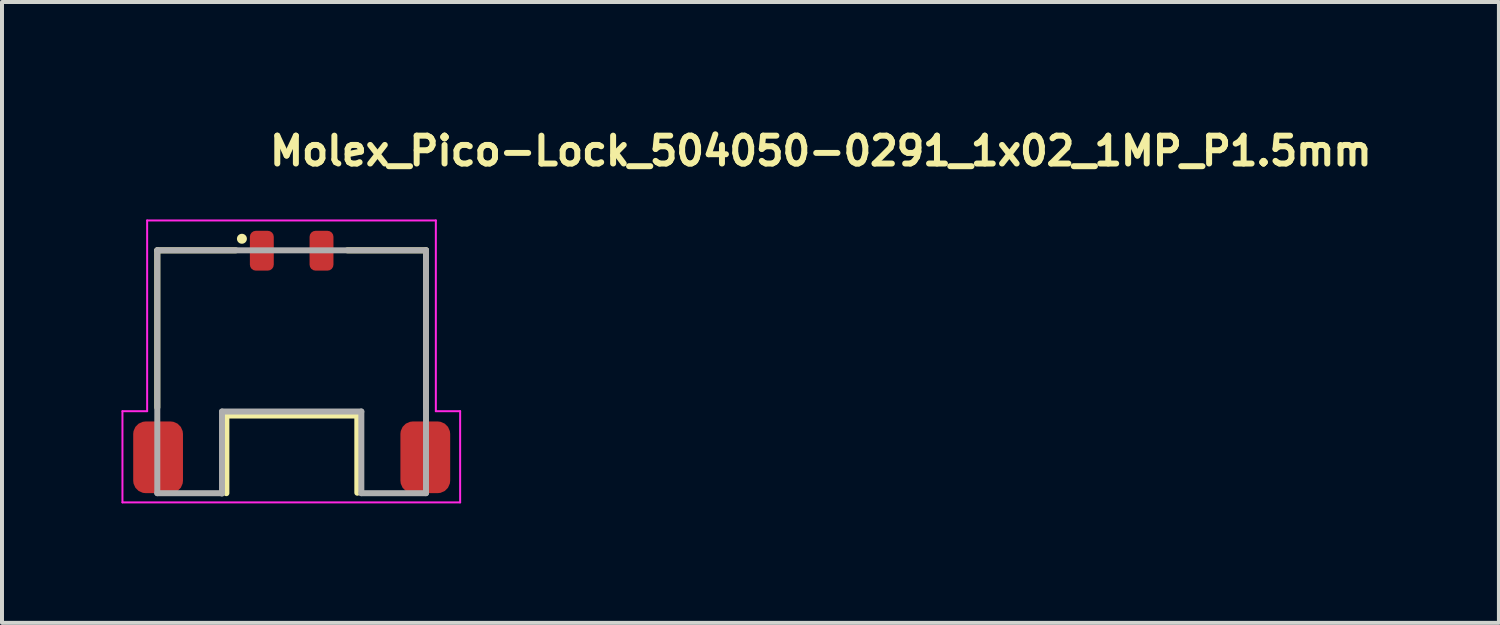
<source format=kicad_pcb>
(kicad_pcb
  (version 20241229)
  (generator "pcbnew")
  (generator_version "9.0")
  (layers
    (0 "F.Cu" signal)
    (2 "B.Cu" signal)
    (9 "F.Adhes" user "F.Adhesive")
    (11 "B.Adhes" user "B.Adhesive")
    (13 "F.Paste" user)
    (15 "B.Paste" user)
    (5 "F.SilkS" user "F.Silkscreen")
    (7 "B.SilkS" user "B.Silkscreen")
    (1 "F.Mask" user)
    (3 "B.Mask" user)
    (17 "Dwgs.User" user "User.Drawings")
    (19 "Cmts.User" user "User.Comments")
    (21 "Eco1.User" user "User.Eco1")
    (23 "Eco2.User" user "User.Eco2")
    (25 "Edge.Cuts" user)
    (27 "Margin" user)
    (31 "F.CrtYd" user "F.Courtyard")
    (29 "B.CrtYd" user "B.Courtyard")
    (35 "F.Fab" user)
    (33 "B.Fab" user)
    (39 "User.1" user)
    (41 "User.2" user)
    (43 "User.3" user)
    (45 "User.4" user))
  (footprint "Molex_Pico-Lock_504050-0291_1x02_1MP_P1.5mm"
    (layer "F.Cu")
    (at 3.525 3.246)
    (property "Reference" "Molex_Pico-Lock_504050-0291_1x02_1MP_P1.5mm" (at 0.123 -2.096 0) (layer "F.SilkS") (effects (font (size 0.7 0.7) (thickness 0.15)) (justify left bottom)))
    (attr smd)
    (fp_line (start -2.625 -0.01) (end -0.651 -0.01) (stroke (width 0.15) (type solid)) (layer "F.SilkS"))
    (fp_line (start -2.625 3.938) (end -2.625 -0.01) (stroke (width 0.15) (type solid)) (layer "F.SilkS"))
    (fp_line (start -0.89 6.089) (end -0.89 4.139) (stroke (width 0.15) (type solid)) (layer "F.SilkS"))
    (fp_line (start 2.148 -0.01) (end 4.123 -0.01) (stroke (width 0.15) (type solid)) (layer "F.SilkS"))
    (fp_line (start 2.398 4.139) (end -0.89 4.139) (stroke (width 0.15) (type solid)) (layer "F.SilkS"))
    (fp_line (start 2.398 4.139) (end 2.398 6.078) (stroke (width 0.15) (type solid)) (layer "F.SilkS"))
    (fp_line (start 4.123 -0.01) (end 4.123 3.938) (stroke (width 0.15) (type solid)) (layer "F.SilkS"))
    (fp_circle (center -0.5 -0.3) (end -0.45 -0.3) (stroke (width 0.15) (type solid)) (fill yes) (layer "F.SilkS"))
    (fp_line (start -3.5 4.03) (end -2.88 4.03) (stroke (width 0.05) (type solid)) (layer "F.CrtYd"))
    (fp_line (start -3.5 6.32) (end -3.5 4.03) (stroke (width 0.05) (type solid)) (layer "F.CrtYd"))
    (fp_line (start -2.88 -0.76) (end 4.37 -0.76) (stroke (width 0.05) (type solid)) (layer "F.CrtYd"))
    (fp_line (start -2.88 4.03) (end -2.88 -0.76) (stroke (width 0.05) (type solid)) (layer "F.CrtYd"))
    (fp_line (start 4.37 -0.76) (end 4.37 4.03) (stroke (width 0.05) (type solid)) (layer "F.CrtYd"))
    (fp_line (start 4.37 4.03) (end 4.98 4.03) (stroke (width 0.05) (type solid)) (layer "F.CrtYd"))
    (fp_line (start 4.98 4.03) (end 4.98 6.32) (stroke (width 0.05) (type solid)) (layer "F.CrtYd"))
    (fp_line (start 4.98 6.32) (end -3.5 6.32) (stroke (width 0.05) (type solid)) (layer "F.CrtYd"))
    (fp_line (start -2.625 -0.01) (end 4.123 -0.01) (stroke (width 0.15) (type solid)) (layer "F.Fab"))
    (fp_line (start -2.625 6.089) (end -2.625 -0.01) (stroke (width 0.15) (type solid)) (layer "F.Fab"))
    (fp_line (start -2.625 6.089) (end -1 6.089) (stroke (width 0.15) (type solid)) (layer "F.Fab"))
    (fp_line (start -1 6.099) (end -1 4.038) (stroke (width 0.15) (type solid)) (layer "F.Fab"))
    (fp_line (start 2.499 4.038) (end -1 4.038) (stroke (width 0.15) (type solid)) (layer "F.Fab"))
    (fp_line (start 2.499 4.038) (end 2.499 6.089) (stroke (width 0.15) (type solid)) (layer "F.Fab"))
    (fp_line (start 2.499 6.089) (end 4.123 6.089) (stroke (width 0.15) (type solid)) (layer "F.Fab"))
    (fp_line (start 4.123 -0.01) (end 4.123 6.089) (stroke (width 0.15) (type solid)) (layer "F.Fab"))
    (fp_rect (start -3.23 -0.51) (end 4.73 6.089) (stroke (width 0.1) (type solid)) (fill no) (layer "User.5"))
    (fp_line (start -3.23 4.288) (end -2.625 4.288) (stroke (width 0.02) (type solid)) (layer "User.9"))
    (fp_line (start -3.23 6.089) (end -3.23 4.288) (stroke (width 0.02) (type solid)) (layer "User.9"))
    (fp_line (start -3.025 4.53) (end -3.024 4.525) (stroke (width 0.02) (type solid)) (layer "User.9"))
    (fp_line (start -3.025 4.535) (end -3.025 4.53) (stroke (width 0.02) (type solid)) (layer "User.9"))
    (fp_line (start -3.025 4.538) (end -3.025 4.535) (stroke (width 0.02) (type solid)) (layer "User.9"))
    (fp_line (start -3.025 5.839) (end -3.025 4.538) (stroke (width 0.02) (type solid)) (layer "User.9"))
    (fp_line (start -3.025 5.844) (end -3.025 5.839) (stroke (width 0.02) (type solid)) (layer "User.9"))
    (fp_line (start -3.025 5.849) (end -3.025 5.844) (stroke (width 0.02) (type solid)) (layer "User.9"))
    (fp_line (start -3.024 4.52) (end -3.023 4.514) (stroke (width 0.02) (type solid)) (layer "User.9"))
    (fp_line (start -3.024 4.525) (end -3.024 4.52) (stroke (width 0.02) (type solid)) (layer "User.9"))
    (fp_line (start -3.024 5.853) (end -3.025 5.849) (stroke (width 0.02) (type solid)) (layer "User.9"))
    (fp_line (start -3.024 5.858) (end -3.024 5.853) (stroke (width 0.02) (type solid)) (layer "User.9"))
    (fp_line (start -3.023 4.514) (end -3.021 4.509) (stroke (width 0.02) (type solid)) (layer "User.9"))
    (fp_line (start -3.023 5.863) (end -3.024 5.858) (stroke (width 0.02) (type solid)) (layer "User.9"))
    (fp_line (start -3.021 4.509) (end -3.02 4.506) (stroke (width 0.02) (type solid)) (layer "User.9"))
    (fp_line (start -3.021 5.868) (end -3.023 5.863) (stroke (width 0.02) (type solid)) (layer "User.9"))
    (fp_line (start -3.02 4.506) (end -3.019 4.501) (stroke (width 0.02) (type solid)) (layer "User.9"))
    (fp_line (start -3.02 5.873) (end -3.021 5.868) (stroke (width 0.02) (type solid)) (layer "User.9"))
    (fp_line (start -3.019 4.501) (end -3.016 4.496) (stroke (width 0.02) (type solid)) (layer "User.9"))
    (fp_line (start -3.019 5.877) (end -3.02 5.873) (stroke (width 0.02) (type solid)) (layer "User.9"))
    (fp_line (start -3.016 4.496) (end -3.015 4.491) (stroke (width 0.02) (type solid)) (layer "User.9"))
    (fp_line (start -3.016 5.882) (end -3.019 5.877) (stroke (width 0.02) (type solid)) (layer "User.9"))
    (fp_line (start -3.015 4.491) (end -3.012 4.488) (stroke (width 0.02) (type solid)) (layer "User.9"))
    (fp_line (start -3.015 5.887) (end -3.016 5.882) (stroke (width 0.02) (type solid)) (layer "User.9"))
    (fp_line (start -3.012 4.488) (end -3.009 4.483) (stroke (width 0.02) (type solid)) (layer "User.9"))
    (fp_line (start -3.012 5.89) (end -3.015 5.887) (stroke (width 0.02) (type solid)) (layer "User.9"))
    (fp_line (start -3.009 4.483) (end -3.007 4.48) (stroke (width 0.02) (type solid)) (layer "User.9"))
    (fp_line (start -3.009 5.895) (end -3.012 5.89) (stroke (width 0.02) (type solid)) (layer "User.9"))
    (fp_line (start -3.007 4.48) (end -3.004 4.475) (stroke (width 0.02) (type solid)) (layer "User.9"))
    (fp_line (start -3.007 5.898) (end -3.009 5.895) (stroke (width 0.02) (type solid)) (layer "User.9"))
    (fp_line (start -3.004 4.475) (end -3 4.472) (stroke (width 0.02) (type solid)) (layer "User.9"))
    (fp_line (start -3.004 5.903) (end -3.007 5.898) (stroke (width 0.02) (type solid)) (layer "User.9"))
    (fp_line (start -3 4.472) (end -2.996 4.469) (stroke (width 0.02) (type solid)) (layer "User.9"))
    (fp_line (start -3 5.906) (end -3.004 5.903) (stroke (width 0.02) (type solid)) (layer "User.9"))
    (fp_line (start -2.996 4.469) (end -2.996 4.469) (stroke (width 0.02) (type solid)) (layer "User.9"))
    (fp_line (start -2.996 4.469) (end -2.993 4.464) (stroke (width 0.02) (type solid)) (layer "User.9"))
    (fp_line (start -2.996 5.91) (end -3 5.906) (stroke (width 0.02) (type solid)) (layer "User.9"))
    (fp_line (start -2.996 5.91) (end -2.996 5.91) (stroke (width 0.02) (type solid)) (layer "User.9"))
    (fp_line (start -2.993 4.464) (end -2.989 4.461) (stroke (width 0.02) (type solid)) (layer "User.9"))
    (fp_line (start -2.993 5.913) (end -2.996 5.91) (stroke (width 0.02) (type solid)) (layer "User.9"))
    (fp_line (start -2.989 4.461) (end -2.985 4.459) (stroke (width 0.02) (type solid)) (layer "User.9"))
    (fp_line (start -2.989 5.916) (end -2.993 5.913) (stroke (width 0.02) (type solid)) (layer "User.9"))
    (fp_line (start -2.985 4.459) (end -2.981 4.456) (stroke (width 0.02) (type solid)) (layer "User.9"))
    (fp_line (start -2.985 5.919) (end -2.989 5.916) (stroke (width 0.02) (type solid)) (layer "User.9"))
    (fp_line (start -2.981 4.456) (end -2.977 4.453) (stroke (width 0.02) (type solid)) (layer "User.9"))
    (fp_line (start -2.981 5.922) (end -2.985 5.919) (stroke (width 0.02) (type solid)) (layer "User.9"))
    (fp_line (start -2.977 4.453) (end -2.973 4.451) (stroke (width 0.02) (type solid)) (layer "User.9"))
    (fp_line (start -2.977 5.924) (end -2.981 5.922) (stroke (width 0.02) (type solid)) (layer "User.9"))
    (fp_line (start -2.973 4.451) (end -2.968 4.448) (stroke (width 0.02) (type solid)) (layer "User.9"))
    (fp_line (start -2.973 5.927) (end -2.977 5.924) (stroke (width 0.02) (type solid)) (layer "User.9"))
    (fp_line (start -2.968 4.448) (end -2.964 4.446) (stroke (width 0.02) (type solid)) (layer "User.9"))
    (fp_line (start -2.968 5.929) (end -2.973 5.927) (stroke (width 0.02) (type solid)) (layer "User.9"))
    (fp_line (start -2.964 4.446) (end -2.96 4.445) (stroke (width 0.02) (type solid)) (layer "User.9"))
    (fp_line (start -2.964 5.932) (end -2.968 5.929) (stroke (width 0.02) (type solid)) (layer "User.9"))
    (fp_line (start -2.96 4.445) (end -2.956 4.443) (stroke (width 0.02) (type solid)) (layer "User.9"))
    (fp_line (start -2.96 5.934) (end -2.964 5.932) (stroke (width 0.02) (type solid)) (layer "User.9"))
    (fp_line (start -2.956 4.443) (end -2.951 4.443) (stroke (width 0.02) (type solid)) (layer "User.9"))
    (fp_line (start -2.956 5.935) (end -2.96 5.934) (stroke (width 0.02) (type solid)) (layer "User.9"))
    (fp_line (start -2.951 4.443) (end -2.945 4.44) (stroke (width 0.02) (type solid)) (layer "User.9"))
    (fp_line (start -2.951 5.935) (end -2.956 5.935) (stroke (width 0.02) (type solid)) (layer "User.9"))
    (fp_line (start -2.945 4.44) (end -2.94 4.44) (stroke (width 0.02) (type solid)) (layer "User.9"))
    (fp_line (start -2.945 5.937) (end -2.951 5.935) (stroke (width 0.02) (type solid)) (layer "User.9"))
    (fp_line (start -2.94 4.44) (end -2.935 4.44) (stroke (width 0.02) (type solid)) (layer "User.9"))
    (fp_line (start -2.94 5.937) (end -2.945 5.937) (stroke (width 0.02) (type solid)) (layer "User.9"))
    (fp_line (start -2.935 4.44) (end -2.931 4.44) (stroke (width 0.02) (type solid)) (layer "User.9"))
    (fp_line (start -2.935 5.938) (end -2.94 5.937) (stroke (width 0.02) (type solid)) (layer "User.9"))
    (fp_line (start -2.931 4.44) (end -2.926 4.438) (stroke (width 0.02) (type solid)) (layer "User.9"))
    (fp_line (start -2.931 5.938) (end -2.935 5.938) (stroke (width 0.02) (type solid)) (layer "User.9"))
    (fp_line (start -2.926 4.438) (end -2.625 4.438) (stroke (width 0.02) (type solid)) (layer "User.9"))
    (fp_line (start -2.926 5.938) (end -2.931 5.938) (stroke (width 0.02) (type solid)) (layer "User.9"))
    (fp_line (start -2.625 -0.01) (end -2.625 5.589) (stroke (width 0.02) (type solid)) (layer "User.9"))
    (fp_line (start -2.625 5.589) (end -2.496 6.089) (stroke (width 0.02) (type solid)) (layer "User.9"))
    (fp_line (start -2.535 5.938) (end -2.926 5.938) (stroke (width 0.02) (type solid)) (layer "User.9"))
    (fp_line (start -2.496 6.089) (end -3.23 6.089) (stroke (width 0.02) (type solid)) (layer "User.9"))
    (fp_line (start -2.496 6.089) (end -1.276 6.089) (stroke (width 0.02) (type solid)) (layer "User.9"))
    (fp_line (start -1.176 2.857) (end -1.176 2.861) (stroke (width 0.02) (type solid)) (layer "User.9"))
    (fp_line (start -1.176 2.861) (end -1.176 2.865) (stroke (width 0.02) (type solid)) (layer "User.9"))
    (fp_line (start -1.176 2.865) (end -1.176 2.87) (stroke (width 0.02) (type solid)) (layer "User.9"))
    (fp_line (start -1.176 2.87) (end -1.176 5.99) (stroke (width 0.02) (type solid)) (layer "User.9"))
    (fp_line (start -1.176 5.788) (end -1.075 5.788) (stroke (width 0.02) (type solid)) (layer "User.9"))
    (fp_line (start -1.176 5.99) (end -1.276 6.089) (stroke (width 0.02) (type solid)) (layer "User.9"))
    (fp_line (start -1.174 2.85) (end -1.174 2.853) (stroke (width 0.02) (type solid)) (layer "User.9"))
    (fp_line (start -1.174 2.853) (end -1.176 2.857) (stroke (width 0.02) (type solid)) (layer "User.9"))
    (fp_line (start -1.172 2.842) (end -1.172 2.846) (stroke (width 0.02) (type solid)) (layer "User.9"))
    (fp_line (start -1.172 2.846) (end -1.174 2.85) (stroke (width 0.02) (type solid)) (layer "User.9"))
    (fp_line (start -1.17 2.838) (end -1.172 2.842) (stroke (width 0.02) (type solid)) (layer "User.9"))
    (fp_line (start -1.168 2.834) (end -1.17 2.838) (stroke (width 0.02) (type solid)) (layer "User.9"))
    (fp_line (start -1.166 2.83) (end -1.168 2.834) (stroke (width 0.02) (type solid)) (layer "User.9"))
    (fp_line (start -1.164 2.827) (end -1.166 2.83) (stroke (width 0.02) (type solid)) (layer "User.9"))
    (fp_line (start -1.162 2.825) (end -1.164 2.827) (stroke (width 0.02) (type solid)) (layer "User.9"))
    (fp_line (start -1.16 2.822) (end -1.162 2.825) (stroke (width 0.02) (type solid)) (layer "User.9"))
    (fp_line (start -1.158 2.818) (end -1.16 2.822) (stroke (width 0.02) (type solid)) (layer "User.9"))
    (fp_line (start -1.156 2.815) (end -1.158 2.818) (stroke (width 0.02) (type solid)) (layer "User.9"))
    (fp_line (start -1.153 2.813) (end -1.156 2.815) (stroke (width 0.02) (type solid)) (layer "User.9"))
    (fp_line (start -1.149 2.809) (end -1.153 2.813) (stroke (width 0.02) (type solid)) (layer "User.9"))
    (fp_line (start -1.147 2.808) (end -1.149 2.809) (stroke (width 0.02) (type solid)) (layer "User.9"))
    (fp_line (start -1.143 2.805) (end -1.147 2.808) (stroke (width 0.02) (type solid)) (layer "User.9"))
    (fp_line (start -1.141 2.802) (end -1.143 2.805) (stroke (width 0.02) (type solid)) (layer "User.9"))
    (fp_line (start -1.137 2.801) (end -1.141 2.802) (stroke (width 0.02) (type solid)) (layer "User.9"))
    (fp_line (start -1.135 2.798) (end -1.137 2.801) (stroke (width 0.02) (type solid)) (layer "User.9"))
    (fp_line (start -1.131 2.797) (end -1.135 2.798) (stroke (width 0.02) (type solid)) (layer "User.9"))
    (fp_line (start -1.127 2.796) (end -1.131 2.797) (stroke (width 0.02) (type solid)) (layer "User.9"))
    (fp_line (start -1.123 2.793) (end -1.127 2.796) (stroke (width 0.02) (type solid)) (layer "User.9"))
    (fp_line (start -1.119 2.793) (end -1.123 2.793) (stroke (width 0.02) (type solid)) (layer "User.9"))
    (fp_line (start -1.115 2.792) (end -1.119 2.793) (stroke (width 0.02) (type solid)) (layer "User.9"))
    (fp_line (start -1.113 2.79) (end -1.115 2.792) (stroke (width 0.02) (type solid)) (layer "User.9"))
    (fp_line (start -1.109 2.789) (end -1.113 2.79) (stroke (width 0.02) (type solid)) (layer "User.9"))
    (fp_line (start -1.105 2.789) (end -1.109 2.789) (stroke (width 0.02) (type solid)) (layer "User.9"))
    (fp_line (start -1.101 2.789) (end -1.105 2.789) (stroke (width 0.02) (type solid)) (layer "User.9"))
    (fp_line (start -1.095 2.789) (end -1.101 2.789) (stroke (width 0.02) (type solid)) (layer "User.9"))
    (fp_line (start -1.075 5.788) (end -0.927 5.639) (stroke (width 0.02) (type solid)) (layer "User.9"))
    (fp_line (start -0.927 3.74) (end -0.677 3.74) (stroke (width 0.02) (type solid)) (layer "User.9"))
    (fp_line (start -0.927 3.89) (end -0.677 3.89) (stroke (width 0.02) (type solid)) (layer "User.9"))
    (fp_line (start -0.927 5.639) (end -1.176 5.639) (stroke (width 0.02) (type solid)) (layer "User.9"))
    (fp_line (start -0.927 5.639) (end -0.927 2.789) (stroke (width 0.02) (type solid)) (layer "User.9"))
    (fp_line (start -0.755 2.789) (end -1.095 2.789) (stroke (width 0.02) (type solid)) (layer "User.9"))
    (fp_line (start -0.752 2.789) (end -0.755 2.789) (stroke (width 0.02) (type solid)) (layer "User.9"))
    (fp_line (start -0.748 2.789) (end -0.752 2.789) (stroke (width 0.02) (type solid)) (layer "User.9"))
    (fp_line (start -0.744 2.789) (end -0.748 2.789) (stroke (width 0.02) (type solid)) (layer "User.9"))
    (fp_line (start -0.74 2.79) (end -0.744 2.789) (stroke (width 0.02) (type solid)) (layer "User.9"))
    (fp_line (start -0.736 2.792) (end -0.74 2.79) (stroke (width 0.02) (type solid)) (layer "User.9"))
    (fp_line (start -0.732 2.793) (end -0.736 2.792) (stroke (width 0.02) (type solid)) (layer "User.9"))
    (fp_line (start -0.729 2.793) (end -0.732 2.793) (stroke (width 0.02) (type solid)) (layer "User.9"))
    (fp_line (start -0.725 2.796) (end -0.729 2.793) (stroke (width 0.02) (type solid)) (layer "User.9"))
    (fp_line (start -0.721 2.797) (end -0.725 2.796) (stroke (width 0.02) (type solid)) (layer "User.9"))
    (fp_line (start -0.718 2.798) (end -0.721 2.797) (stroke (width 0.02) (type solid)) (layer "User.9"))
    (fp_line (start -0.714 2.801) (end -0.718 2.798) (stroke (width 0.02) (type solid)) (layer "User.9"))
    (fp_line (start -0.711 2.802) (end -0.714 2.801) (stroke (width 0.02) (type solid)) (layer "User.9"))
    (fp_line (start -0.708 2.805) (end -0.711 2.802) (stroke (width 0.02) (type solid)) (layer "User.9"))
    (fp_line (start -0.705 2.808) (end -0.708 2.805) (stroke (width 0.02) (type solid)) (layer "User.9"))
    (fp_line (start -0.703 2.809) (end -0.705 2.808) (stroke (width 0.02) (type solid)) (layer "User.9"))
    (fp_line (start -0.7 2.813) (end -0.703 2.809) (stroke (width 0.02) (type solid)) (layer "User.9"))
    (fp_line (start -0.7 2.813) (end -0.7 2.813) (stroke (width 0.02) (type solid)) (layer "User.9"))
    (fp_line (start -0.697 2.815) (end -0.7 2.813) (stroke (width 0.02) (type solid)) (layer "User.9"))
    (fp_line (start -0.695 2.818) (end -0.697 2.815) (stroke (width 0.02) (type solid)) (layer "User.9"))
    (fp_line (start -0.692 2.822) (end -0.695 2.818) (stroke (width 0.02) (type solid)) (layer "User.9"))
    (fp_line (start -0.69 2.825) (end -0.692 2.822) (stroke (width 0.02) (type solid)) (layer "User.9"))
    (fp_line (start -0.688 2.827) (end -0.69 2.825) (stroke (width 0.02) (type solid)) (layer "User.9"))
    (fp_line (start -0.686 2.831) (end -0.688 2.827) (stroke (width 0.02) (type solid)) (layer "User.9"))
    (fp_line (start -0.684 2.834) (end -0.686 2.831) (stroke (width 0.02) (type solid)) (layer "User.9"))
    (fp_line (start -0.683 2.838) (end -0.684 2.834) (stroke (width 0.02) (type solid)) (layer "User.9"))
    (fp_line (start -0.681 2.842) (end -0.683 2.838) (stroke (width 0.02) (type solid)) (layer "User.9"))
    (fp_line (start -0.68 2.846) (end -0.681 2.842) (stroke (width 0.02) (type solid)) (layer "User.9"))
    (fp_line (start -0.679 2.85) (end -0.68 2.846) (stroke (width 0.02) (type solid)) (layer "User.9"))
    (fp_line (start -0.678 2.854) (end -0.679 2.85) (stroke (width 0.02) (type solid)) (layer "User.9"))
    (fp_line (start -0.677 2.858) (end -0.678 2.854) (stroke (width 0.02) (type solid)) (layer "User.9"))
    (fp_line (start -0.677 2.862) (end -0.677 2.858) (stroke (width 0.02) (type solid)) (layer "User.9"))
    (fp_line (start -0.677 2.866) (end -0.677 2.862) (stroke (width 0.02) (type solid)) (layer "User.9"))
    (fp_line (start -0.677 2.87) (end -0.677 2.866) (stroke (width 0.02) (type solid)) (layer "User.9"))
    (fp_line (start -0.677 3.99) (end -0.677 2.87) (stroke (width 0.02) (type solid)) (layer "User.9"))
    (fp_line (start -0.576 4.089) (end -0.677 3.99) (stroke (width 0.02) (type solid)) (layer "User.9"))
    (fp_line (start -0.576 4.089) (end 2.075 4.089) (stroke (width 0.02) (type solid)) (layer "User.9"))
    (fp_line (start -0.477 3.07) (end -0.176 3.588) (stroke (width 0.02) (type solid)) (layer "User.9"))
    (fp_line (start -0.301 -0.51) (end 0.298 -0.51) (stroke (width 0.02) (type solid)) (layer "User.9"))
    (fp_line (start -0.301 -0.01) (end -0.301 -0.51) (stroke (width 0.02) (type solid)) (layer "User.9"))
    (fp_line (start -0.176 3.588) (end 0.123 3.07) (stroke (width 0.02) (type solid)) (layer "User.9"))
    (fp_line (start -0.151 -0.01) (end -0.151 -0.352) (stroke (width 0.02) (type solid)) (layer "User.9"))
    (fp_line (start 0.123 3.07) (end -0.477 3.07) (stroke (width 0.02) (type solid)) (layer "User.9"))
    (fp_line (start 0.149 -0.352) (end -0.151 -0.352) (stroke (width 0.02) (type solid)) (layer "User.9"))
    (fp_line (start 0.149 -0.01) (end 0.149 -0.352) (stroke (width 0.02) (type solid)) (layer "User.9"))
    (fp_line (start 0.298 -0.51) (end 0.298 -0.01) (stroke (width 0.02) (type solid)) (layer "User.9"))
    (fp_line (start 0.45 2.39) (end 0.45 3.289) (stroke (width 0.02) (type solid)) (layer "User.9"))
    (fp_line (start 0.45 3.289) (end 1.05 3.289) (stroke (width 0.02) (type solid)) (layer "User.9"))
    (fp_line (start 1.05 2.39) (end 0.45 2.39) (stroke (width 0.02) (type solid)) (layer "User.9"))
    (fp_line (start 1.05 3.289) (end 1.05 2.39) (stroke (width 0.02) (type solid)) (layer "User.9"))
    (fp_line (start 1.199 -0.51) (end 1.8 -0.51) (stroke (width 0.02) (type solid)) (layer "User.9"))
    (fp_line (start 1.199 -0.01) (end 1.199 -0.51) (stroke (width 0.02) (type solid)) (layer "User.9"))
    (fp_line (start 1.35 -0.01) (end 1.35 -0.352) (stroke (width 0.02) (type solid)) (layer "User.9"))
    (fp_line (start 1.648 -0.352) (end 1.35 -0.352) (stroke (width 0.02) (type solid)) (layer "User.9"))
    (fp_line (start 1.648 -0.01) (end 1.648 -0.352) (stroke (width 0.02) (type solid)) (layer "User.9"))
    (fp_line (start 1.8 -0.51) (end 1.8 -0.01) (stroke (width 0.02) (type solid)) (layer "User.9"))
    (fp_line (start 2.173 2.87) (end 2.173 3.99) (stroke (width 0.02) (type solid)) (layer "User.9"))
    (fp_line (start 2.173 3.74) (end 2.423 3.74) (stroke (width 0.02) (type solid)) (layer "User.9"))
    (fp_line (start 2.173 3.89) (end 2.423 3.89) (stroke (width 0.02) (type solid)) (layer "User.9"))
    (fp_line (start 2.173 3.99) (end 2.075 4.089) (stroke (width 0.02) (type solid)) (layer "User.9"))
    (fp_line (start 2.175 2.858) (end 2.175 2.862) (stroke (width 0.02) (type solid)) (layer "User.9"))
    (fp_line (start 2.175 2.862) (end 2.175 2.866) (stroke (width 0.02) (type solid)) (layer "User.9"))
    (fp_line (start 2.175 2.866) (end 2.173 2.87) (stroke (width 0.02) (type solid)) (layer "User.9"))
    (fp_line (start 2.176 2.854) (end 2.175 2.858) (stroke (width 0.02) (type solid)) (layer "User.9"))
    (fp_line (start 2.177 2.846) (end 2.177 2.85) (stroke (width 0.02) (type solid)) (layer "User.9"))
    (fp_line (start 2.177 2.85) (end 2.176 2.854) (stroke (width 0.02) (type solid)) (layer "User.9"))
    (fp_line (start 2.178 2.842) (end 2.177 2.846) (stroke (width 0.02) (type solid)) (layer "User.9"))
    (fp_line (start 2.181 2.834) (end 2.181 2.838) (stroke (width 0.02) (type solid)) (layer "User.9"))
    (fp_line (start 2.181 2.838) (end 2.178 2.842) (stroke (width 0.02) (type solid)) (layer "User.9"))
    (fp_line (start 2.184 2.831) (end 2.181 2.834) (stroke (width 0.02) (type solid)) (layer "User.9"))
    (fp_line (start 2.185 2.827) (end 2.184 2.831) (stroke (width 0.02) (type solid)) (layer "User.9"))
    (fp_line (start 2.188 2.825) (end 2.185 2.827) (stroke (width 0.02) (type solid)) (layer "User.9"))
    (fp_line (start 2.189 2.822) (end 2.188 2.825) (stroke (width 0.02) (type solid)) (layer "User.9"))
    (fp_line (start 2.193 2.818) (end 2.189 2.822) (stroke (width 0.02) (type solid)) (layer "User.9"))
    (fp_line (start 2.194 2.815) (end 2.193 2.818) (stroke (width 0.02) (type solid)) (layer "User.9"))
    (fp_line (start 2.197 2.813) (end 2.194 2.815) (stroke (width 0.02) (type solid)) (layer "User.9"))
    (fp_line (start 2.197 2.813) (end 2.197 2.813) (stroke (width 0.02) (type solid)) (layer "User.9"))
    (fp_line (start 2.201 2.809) (end 2.197 2.813) (stroke (width 0.02) (type solid)) (layer "User.9"))
    (fp_line (start 2.204 2.808) (end 2.201 2.809) (stroke (width 0.02) (type solid)) (layer "User.9"))
    (fp_line (start 2.206 2.805) (end 2.204 2.808) (stroke (width 0.02) (type solid)) (layer "User.9"))
    (fp_line (start 2.209 2.802) (end 2.206 2.805) (stroke (width 0.02) (type solid)) (layer "User.9"))
    (fp_line (start 2.213 2.801) (end 2.209 2.802) (stroke (width 0.02) (type solid)) (layer "User.9"))
    (fp_line (start 2.217 2.798) (end 2.213 2.801) (stroke (width 0.02) (type solid)) (layer "User.9"))
    (fp_line (start 2.22 2.797) (end 2.217 2.798) (stroke (width 0.02) (type solid)) (layer "User.9"))
    (fp_line (start 2.224 2.796) (end 2.22 2.797) (stroke (width 0.02) (type solid)) (layer "User.9"))
    (fp_line (start 2.228 2.793) (end 2.224 2.796) (stroke (width 0.02) (type solid)) (layer "User.9"))
    (fp_line (start 2.23 2.793) (end 2.228 2.793) (stroke (width 0.02) (type solid)) (layer "User.9"))
    (fp_line (start 2.234 2.792) (end 2.23 2.793) (stroke (width 0.02) (type solid)) (layer "User.9"))
    (fp_line (start 2.238 2.79) (end 2.234 2.792) (stroke (width 0.02) (type solid)) (layer "User.9"))
    (fp_line (start 2.242 2.789) (end 2.238 2.79) (stroke (width 0.02) (type solid)) (layer "User.9"))
    (fp_line (start 2.246 2.789) (end 2.242 2.789) (stroke (width 0.02) (type solid)) (layer "User.9"))
    (fp_line (start 2.25 2.789) (end 2.246 2.789) (stroke (width 0.02) (type solid)) (layer "User.9"))
    (fp_line (start 2.253 2.789) (end 2.25 2.789) (stroke (width 0.02) (type solid)) (layer "User.9"))
    (fp_line (start 2.423 2.789) (end 2.423 5.639) (stroke (width 0.02) (type solid)) (layer "User.9"))
    (fp_line (start 2.423 5.639) (end 2.575 5.788) (stroke (width 0.02) (type solid)) (layer "User.9"))
    (fp_line (start 2.423 5.639) (end 2.673 5.639) (stroke (width 0.02) (type solid)) (layer "User.9"))
    (fp_line (start 2.593 2.789) (end 2.253 2.789) (stroke (width 0.02) (type solid)) (layer "User.9"))
    (fp_line (start 2.599 2.789) (end 2.593 2.789) (stroke (width 0.02) (type solid)) (layer "User.9"))
    (fp_line (start 2.603 2.789) (end 2.599 2.789) (stroke (width 0.02) (type solid)) (layer "User.9"))
    (fp_line (start 2.607 2.789) (end 2.603 2.789) (stroke (width 0.02) (type solid)) (layer "User.9"))
    (fp_line (start 2.611 2.79) (end 2.607 2.789) (stroke (width 0.02) (type solid)) (layer "User.9"))
    (fp_line (start 2.613 2.792) (end 2.611 2.79) (stroke (width 0.02) (type solid)) (layer "User.9"))
    (fp_line (start 2.617 2.793) (end 2.613 2.792) (stroke (width 0.02) (type solid)) (layer "User.9"))
    (fp_line (start 2.621 2.793) (end 2.617 2.793) (stroke (width 0.02) (type solid)) (layer "User.9"))
    (fp_line (start 2.625 2.796) (end 2.621 2.793) (stroke (width 0.02) (type solid)) (layer "User.9"))
    (fp_line (start 2.628 2.797) (end 2.625 2.796) (stroke (width 0.02) (type solid)) (layer "User.9"))
    (fp_line (start 2.632 2.798) (end 2.628 2.797) (stroke (width 0.02) (type solid)) (layer "User.9"))
    (fp_line (start 2.636 2.801) (end 2.632 2.798) (stroke (width 0.02) (type solid)) (layer "User.9"))
    (fp_line (start 2.639 2.802) (end 2.636 2.801) (stroke (width 0.02) (type solid)) (layer "User.9"))
    (fp_line (start 2.641 2.805) (end 2.639 2.802) (stroke (width 0.02) (type solid)) (layer "User.9"))
    (fp_line (start 2.644 2.808) (end 2.641 2.805) (stroke (width 0.02) (type solid)) (layer "User.9"))
    (fp_line (start 2.648 2.809) (end 2.644 2.808) (stroke (width 0.02) (type solid)) (layer "User.9"))
    (fp_line (start 2.651 2.813) (end 2.648 2.809) (stroke (width 0.02) (type solid)) (layer "User.9"))
    (fp_line (start 2.653 2.815) (end 2.651 2.813) (stroke (width 0.02) (type solid)) (layer "User.9"))
    (fp_line (start 2.656 2.818) (end 2.653 2.815) (stroke (width 0.02) (type solid)) (layer "User.9"))
    (fp_line (start 2.659 2.822) (end 2.656 2.818) (stroke (width 0.02) (type solid)) (layer "User.9"))
    (fp_line (start 2.66 2.825) (end 2.659 2.822) (stroke (width 0.02) (type solid)) (layer "User.9"))
    (fp_line (start 2.663 2.827) (end 2.66 2.825) (stroke (width 0.02) (type solid)) (layer "User.9"))
    (fp_line (start 2.664 2.83) (end 2.663 2.827) (stroke (width 0.02) (type solid)) (layer "User.9"))
    (fp_line (start 2.667 2.834) (end 2.664 2.83) (stroke (width 0.02) (type solid)) (layer "User.9"))
    (fp_line (start 2.668 2.838) (end 2.667 2.834) (stroke (width 0.02) (type solid)) (layer "User.9"))
    (fp_line (start 2.669 2.842) (end 2.668 2.838) (stroke (width 0.02) (type solid)) (layer "User.9"))
    (fp_line (start 2.671 2.846) (end 2.669 2.842) (stroke (width 0.02) (type solid)) (layer "User.9"))
    (fp_line (start 2.672 2.85) (end 2.671 2.846) (stroke (width 0.02) (type solid)) (layer "User.9"))
    (fp_line (start 2.672 2.853) (end 2.672 2.85) (stroke (width 0.02) (type solid)) (layer "User.9"))
    (fp_line (start 2.673 2.857) (end 2.672 2.853) (stroke (width 0.02) (type solid)) (layer "User.9"))
    (fp_line (start 2.673 2.861) (end 2.673 2.857) (stroke (width 0.02) (type solid)) (layer "User.9"))
    (fp_line (start 2.673 2.865) (end 2.673 2.861) (stroke (width 0.02) (type solid)) (layer "User.9"))
    (fp_line (start 2.673 2.87) (end 2.673 2.865) (stroke (width 0.02) (type solid)) (layer "User.9"))
    (fp_line (start 2.673 5.788) (end 2.575 5.788) (stroke (width 0.02) (type solid)) (layer "User.9"))
    (fp_line (start 2.673 5.99) (end 2.673 2.87) (stroke (width 0.02) (type solid)) (layer "User.9"))
    (fp_line (start 2.773 6.089) (end 2.673 5.99) (stroke (width 0.02) (type solid)) (layer "User.9"))
    (fp_line (start 2.773 6.089) (end 3.995 6.089) (stroke (width 0.02) (type solid)) (layer "User.9"))
    (fp_line (start 3.995 6.089) (end 4.123 5.589) (stroke (width 0.02) (type solid)) (layer "User.9"))
    (fp_line (start 4.123 -0.01) (end -2.625 -0.01) (stroke (width 0.02) (type solid)) (layer "User.9"))
    (fp_line (start 4.123 4.288) (end 4.73 4.288) (stroke (width 0.02) (type solid)) (layer "User.9"))
    (fp_line (start 4.123 4.438) (end 4.424 4.438) (stroke (width 0.02) (type solid)) (layer "User.9"))
    (fp_line (start 4.123 5.589) (end 4.123 -0.01) (stroke (width 0.02) (type solid)) (layer "User.9"))
    (fp_line (start 4.424 4.438) (end 4.429 4.44) (stroke (width 0.02) (type solid)) (layer "User.9"))
    (fp_line (start 4.424 5.938) (end 4.033 5.938) (stroke (width 0.02) (type solid)) (layer "User.9"))
    (fp_line (start 4.429 4.44) (end 4.434 4.44) (stroke (width 0.02) (type solid)) (layer "User.9"))
    (fp_line (start 4.429 5.938) (end 4.424 5.938) (stroke (width 0.02) (type solid)) (layer "User.9"))
    (fp_line (start 4.434 4.44) (end 4.438 4.44) (stroke (width 0.02) (type solid)) (layer "User.9"))
    (fp_line (start 4.434 5.938) (end 4.429 5.938) (stroke (width 0.02) (type solid)) (layer "User.9"))
    (fp_line (start 4.438 4.44) (end 4.443 4.44) (stroke (width 0.02) (type solid)) (layer "User.9"))
    (fp_line (start 4.438 5.937) (end 4.434 5.938) (stroke (width 0.02) (type solid)) (layer "User.9"))
    (fp_line (start 4.443 4.44) (end 4.448 4.443) (stroke (width 0.02) (type solid)) (layer "User.9"))
    (fp_line (start 4.443 5.937) (end 4.438 5.937) (stroke (width 0.02) (type solid)) (layer "User.9"))
    (fp_line (start 4.448 4.443) (end 4.453 4.443) (stroke (width 0.02) (type solid)) (layer "User.9"))
    (fp_line (start 4.448 5.935) (end 4.443 5.937) (stroke (width 0.02) (type solid)) (layer "User.9"))
    (fp_line (start 4.453 4.443) (end 4.458 4.445) (stroke (width 0.02) (type solid)) (layer "User.9"))
    (fp_line (start 4.453 5.935) (end 4.448 5.935) (stroke (width 0.02) (type solid)) (layer "User.9"))
    (fp_line (start 4.458 4.445) (end 4.462 4.446) (stroke (width 0.02) (type solid)) (layer "User.9"))
    (fp_line (start 4.458 5.934) (end 4.453 5.935) (stroke (width 0.02) (type solid)) (layer "User.9"))
    (fp_line (start 4.462 4.446) (end 4.467 4.448) (stroke (width 0.02) (type solid)) (layer "User.9"))
    (fp_line (start 4.462 5.932) (end 4.458 5.934) (stroke (width 0.02) (type solid)) (layer "User.9"))
    (fp_line (start 4.467 4.448) (end 4.472 4.451) (stroke (width 0.02) (type solid)) (layer "User.9"))
    (fp_line (start 4.467 5.929) (end 4.462 5.932) (stroke (width 0.02) (type solid)) (layer "User.9"))
    (fp_line (start 4.472 4.451) (end 4.475 4.453) (stroke (width 0.02) (type solid)) (layer "User.9"))
    (fp_line (start 4.472 5.927) (end 4.467 5.929) (stroke (width 0.02) (type solid)) (layer "User.9"))
    (fp_line (start 4.475 4.453) (end 4.48 4.456) (stroke (width 0.02) (type solid)) (layer "User.9"))
    (fp_line (start 4.475 5.924) (end 4.472 5.927) (stroke (width 0.02) (type solid)) (layer "User.9"))
    (fp_line (start 4.48 4.456) (end 4.483 4.459) (stroke (width 0.02) (type solid)) (layer "User.9"))
    (fp_line (start 4.48 5.922) (end 4.475 5.924) (stroke (width 0.02) (type solid)) (layer "User.9"))
    (fp_line (start 4.483 4.459) (end 4.488 4.461) (stroke (width 0.02) (type solid)) (layer "User.9"))
    (fp_line (start 4.483 5.919) (end 4.48 5.922) (stroke (width 0.02) (type solid)) (layer "User.9"))
    (fp_line (start 4.488 4.461) (end 4.491 4.464) (stroke (width 0.02) (type solid)) (layer "User.9"))
    (fp_line (start 4.488 5.916) (end 4.483 5.919) (stroke (width 0.02) (type solid)) (layer "User.9"))
    (fp_line (start 4.491 4.464) (end 4.495 4.469) (stroke (width 0.02) (type solid)) (layer "User.9"))
    (fp_line (start 4.491 5.913) (end 4.488 5.916) (stroke (width 0.02) (type solid)) (layer "User.9"))
    (fp_line (start 4.495 4.469) (end 4.495 4.469) (stroke (width 0.02) (type solid)) (layer "User.9"))
    (fp_line (start 4.495 4.469) (end 4.498 4.472) (stroke (width 0.02) (type solid)) (layer "User.9"))
    (fp_line (start 4.495 5.91) (end 4.491 5.913) (stroke (width 0.02) (type solid)) (layer "User.9"))
    (fp_line (start 4.495 5.91) (end 4.495 5.91) (stroke (width 0.02) (type solid)) (layer "User.9"))
    (fp_line (start 4.498 4.472) (end 4.501 4.475) (stroke (width 0.02) (type solid)) (layer "User.9"))
    (fp_line (start 4.498 5.906) (end 4.495 5.91) (stroke (width 0.02) (type solid)) (layer "User.9"))
    (fp_line (start 4.501 4.475) (end 4.504 4.48) (stroke (width 0.02) (type solid)) (layer "User.9"))
    (fp_line (start 4.501 5.903) (end 4.498 5.906) (stroke (width 0.02) (type solid)) (layer "User.9"))
    (fp_line (start 4.504 4.48) (end 4.507 4.483) (stroke (width 0.02) (type solid)) (layer "User.9"))
    (fp_line (start 4.504 5.898) (end 4.501 5.903) (stroke (width 0.02) (type solid)) (layer "User.9"))
    (fp_line (start 4.507 4.483) (end 4.509 4.488) (stroke (width 0.02) (type solid)) (layer "User.9"))
    (fp_line (start 4.507 5.895) (end 4.504 5.898) (stroke (width 0.02) (type solid)) (layer "User.9"))
    (fp_line (start 4.509 4.488) (end 4.512 4.491) (stroke (width 0.02) (type solid)) (layer "User.9"))
    (fp_line (start 4.509 5.89) (end 4.507 5.895) (stroke (width 0.02) (type solid)) (layer "User.9"))
    (fp_line (start 4.512 4.491) (end 4.514 4.496) (stroke (width 0.02) (type solid)) (layer "User.9"))
    (fp_line (start 4.512 5.887) (end 4.509 5.89) (stroke (width 0.02) (type solid)) (layer "User.9"))
    (fp_line (start 4.514 4.496) (end 4.517 4.501) (stroke (width 0.02) (type solid)) (layer "User.9"))
    (fp_line (start 4.514 5.882) (end 4.512 5.887) (stroke (width 0.02) (type solid)) (layer "User.9"))
    (fp_line (start 4.517 4.501) (end 4.519 4.506) (stroke (width 0.02) (type solid)) (layer "User.9"))
    (fp_line (start 4.517 5.877) (end 4.514 5.882) (stroke (width 0.02) (type solid)) (layer "User.9"))
    (fp_line (start 4.519 4.506) (end 4.52 4.509) (stroke (width 0.02) (type solid)) (layer "User.9"))
    (fp_line (start 4.519 5.873) (end 4.517 5.877) (stroke (width 0.02) (type solid)) (layer "User.9"))
    (fp_line (start 4.52 4.509) (end 4.52 4.514) (stroke (width 0.02) (type solid)) (layer "User.9"))
    (fp_line (start 4.52 4.514) (end 4.522 4.52) (stroke (width 0.02) (type solid)) (layer "User.9"))
    (fp_line (start 4.52 5.863) (end 4.52 5.868) (stroke (width 0.02) (type solid)) (layer "User.9"))
    (fp_line (start 4.52 5.868) (end 4.519 5.873) (stroke (width 0.02) (type solid)) (layer "User.9"))
    (fp_line (start 4.522 4.52) (end 4.522 4.525) (stroke (width 0.02) (type solid)) (layer "User.9"))
    (fp_line (start 4.522 4.525) (end 4.523 4.53) (stroke (width 0.02) (type solid)) (layer "User.9"))
    (fp_line (start 4.522 5.853) (end 4.522 5.858) (stroke (width 0.02) (type solid)) (layer "User.9"))
    (fp_line (start 4.522 5.858) (end 4.52 5.863) (stroke (width 0.02) (type solid)) (layer "User.9"))
    (fp_line (start 4.523 4.53) (end 4.523 4.535) (stroke (width 0.02) (type solid)) (layer "User.9"))
    (fp_line (start 4.523 4.535) (end 4.525 4.538) (stroke (width 0.02) (type solid)) (layer "User.9"))
    (fp_line (start 4.523 5.844) (end 4.523 5.849) (stroke (width 0.02) (type solid)) (layer "User.9"))
    (fp_line (start 4.523 5.849) (end 4.522 5.853) (stroke (width 0.02) (type solid)) (layer "User.9"))
    (fp_line (start 4.525 4.538) (end 4.525 5.839) (stroke (width 0.02) (type solid)) (layer "User.9"))
    (fp_line (start 4.525 5.839) (end 4.523 5.844) (stroke (width 0.02) (type solid)) (layer "User.9"))
    (fp_line (start 4.73 4.288) (end 4.73 6.089) (stroke (width 0.02) (type solid)) (layer "User.9"))
    (fp_line (start 4.73 6.089) (end 3.995 6.089) (stroke (width 0.02) (type solid)) (layer "User.9"))
    (pad "1" smd roundrect (at 0 0) (size 0.6 1) (layers "F.Cu" "F.Mask" "F.Paste") (roundrect_rratio 0.25))
    (pad "2" smd roundrect (at 1.499 0) (size 0.6 1) (layers "F.Cu" "F.Mask" "F.Paste") (roundrect_rratio 0.25))
    (pad "SH" smd roundrect (at -2.605 5.188) (size 1.25 1.8) (layers "F.Cu" "F.Mask" "F.Paste") (roundrect_rratio 0.25))
    (pad "SH" smd roundrect (at 4.105 5.188) (size 1.25 1.8) (layers "F.Cu" "F.Mask" "F.Paste") (roundrect_rratio 0.25)))
  (gr_rect
    (start -3 -3)
    (end 34.591 12.591)
    (stroke (width 0.1) (type default))
    (fill no)
    (layer "Edge.Cuts")))
</source>
